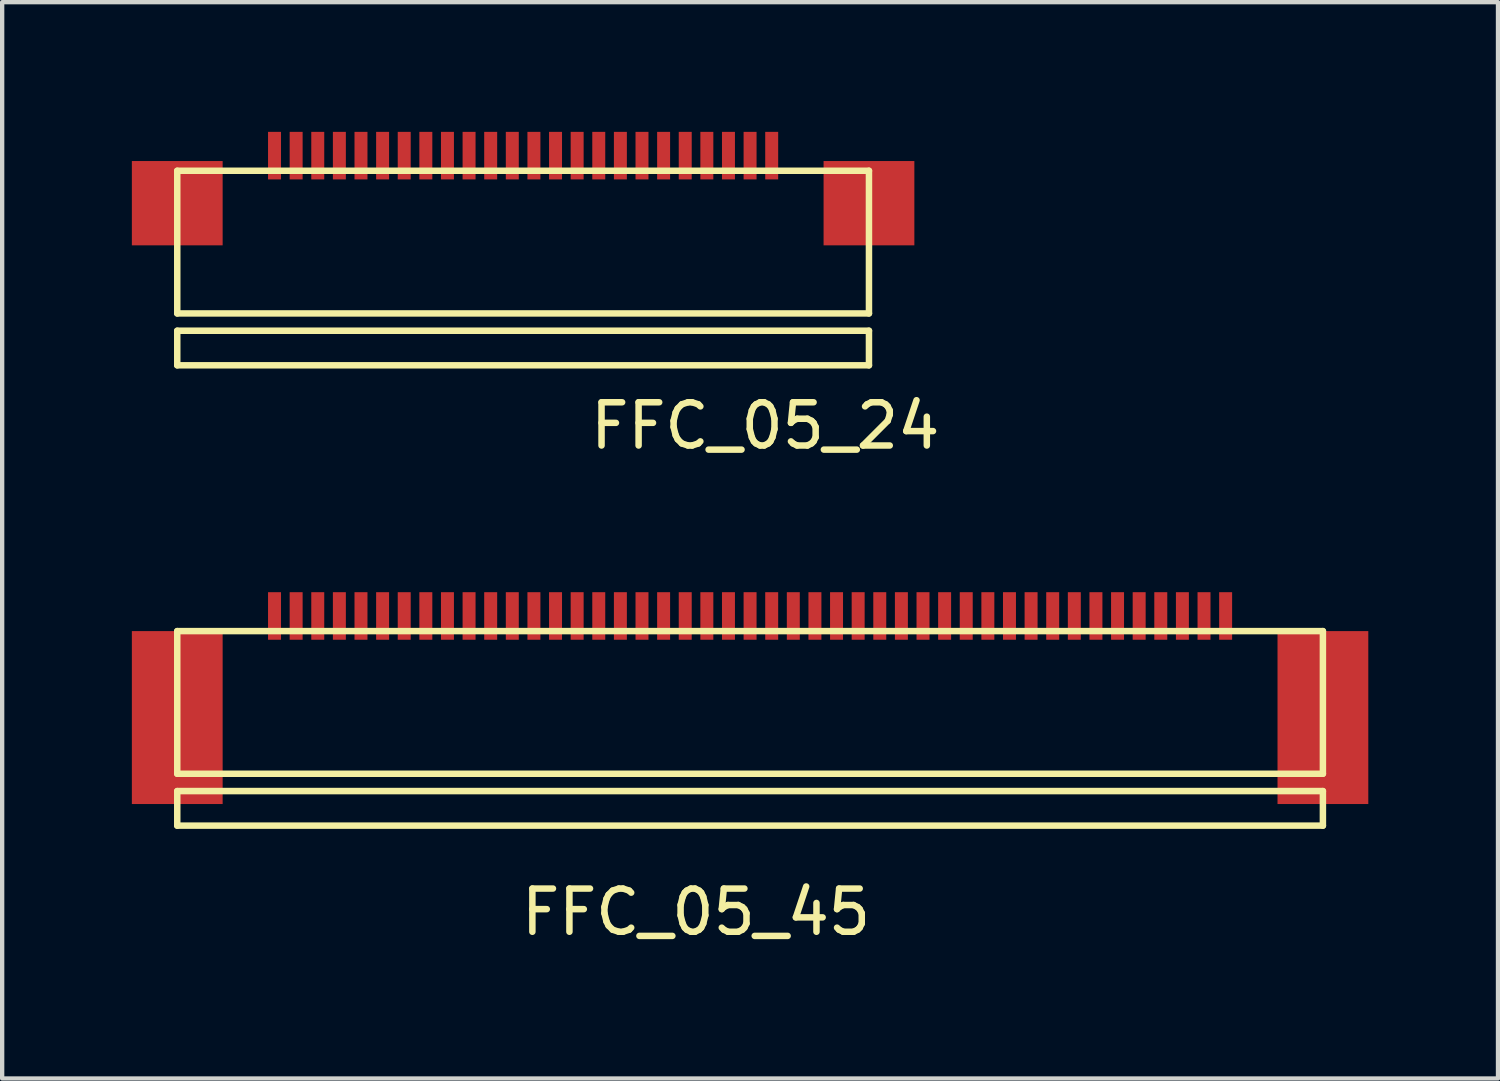
<source format=kicad_pcb>
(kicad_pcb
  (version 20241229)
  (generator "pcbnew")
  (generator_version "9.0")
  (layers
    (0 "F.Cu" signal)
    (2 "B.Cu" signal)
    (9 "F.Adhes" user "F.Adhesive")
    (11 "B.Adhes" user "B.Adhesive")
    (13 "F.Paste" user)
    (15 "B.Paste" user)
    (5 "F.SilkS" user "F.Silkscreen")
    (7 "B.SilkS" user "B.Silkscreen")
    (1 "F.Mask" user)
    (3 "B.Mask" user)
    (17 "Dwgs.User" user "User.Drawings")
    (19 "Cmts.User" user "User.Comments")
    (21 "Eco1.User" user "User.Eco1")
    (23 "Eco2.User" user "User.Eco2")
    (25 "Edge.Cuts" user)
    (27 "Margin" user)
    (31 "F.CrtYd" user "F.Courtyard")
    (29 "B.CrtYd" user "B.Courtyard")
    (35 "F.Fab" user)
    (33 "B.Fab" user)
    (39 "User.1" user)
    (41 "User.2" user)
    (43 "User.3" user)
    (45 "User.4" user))
  (footprint "FFC_05_24"
    (layer "F.Cu")
    (at 9.05 0.9)
    (property "Reference" "FFC_05_24" (at 5.6 5.9 0) (layer "F.SilkS") (effects (font (size 1 1) (thickness 0.15))))
    (attr through_hole)
    (fp_line (start -8 0) (end 8 0) (stroke (width 0.15) (type solid)) (layer "F.SilkS"))
    (fp_line (start -8 3.3) (end -8 0) (stroke (width 0.15) (type solid)) (layer "F.SilkS"))
    (fp_line (start -8 3.7) (end -8 4.5) (stroke (width 0.15) (type solid)) (layer "F.SilkS"))
    (fp_line (start -8 4.5) (end 8 4.5) (stroke (width 0.15) (type solid)) (layer "F.SilkS"))
    (fp_line (start 8 0) (end 8 3.3) (stroke (width 0.15) (type solid)) (layer "F.SilkS"))
    (fp_line (start 8 3.3) (end -8 3.3) (stroke (width 0.15) (type solid)) (layer "F.SilkS"))
    (fp_line (start 8 3.7) (end -8 3.7) (stroke (width 0.15) (type solid)) (layer "F.SilkS"))
    (fp_line (start 8 4.5) (end 8 3.7) (stroke (width 0.15) (type solid)) (layer "F.SilkS"))
    (pad "" smd rect (at -8 0.75) (size 2.1 1.95) (layers "F.Cu" "F.Mask" "F.Paste"))
    (pad "" smd rect (at 8 0.75) (size 2.1 1.95) (layers "F.Cu" "F.Mask" "F.Paste"))
    (pad "1" smd rect (at -5.75 -0.35) (size 0.3 1.1) (layers "F.Cu" "F.Mask" "F.Paste"))
    (pad "2" smd rect (at -5.25 -0.35) (size 0.3 1.1) (layers "F.Cu" "F.Mask" "F.Paste"))
    (pad "3" smd rect (at -4.75 -0.35) (size 0.3 1.1) (layers "F.Cu" "F.Mask" "F.Paste"))
    (pad "4" smd rect (at -4.25 -0.35) (size 0.3 1.1) (layers "F.Cu" "F.Mask" "F.Paste"))
    (pad "5" smd rect (at -3.75 -0.35) (size 0.3 1.1) (layers "F.Cu" "F.Mask" "F.Paste"))
    (pad "6" smd rect (at -3.25 -0.35) (size 0.3 1.1) (layers "F.Cu" "F.Mask" "F.Paste"))
    (pad "7" smd rect (at -2.75 -0.35) (size 0.3 1.1) (layers "F.Cu" "F.Mask" "F.Paste"))
    (pad "8" smd rect (at -2.25 -0.35) (size 0.3 1.1) (layers "F.Cu" "F.Mask" "F.Paste"))
    (pad "9" smd rect (at -1.75 -0.35) (size 0.3 1.1) (layers "F.Cu" "F.Mask" "F.Paste"))
    (pad "10" smd rect (at -1.25 -0.35) (size 0.3 1.1) (layers "F.Cu" "F.Mask" "F.Paste"))
    (pad "11" smd rect (at -0.75 -0.35) (size 0.3 1.1) (layers "F.Cu" "F.Mask" "F.Paste"))
    (pad "12" smd rect (at -0.25 -0.35) (size 0.3 1.1) (layers "F.Cu" "F.Mask" "F.Paste"))
    (pad "13" smd rect (at 0.25 -0.35) (size 0.3 1.1) (layers "F.Cu" "F.Mask" "F.Paste"))
    (pad "14" smd rect (at 0.75 -0.35) (size 0.3 1.1) (layers "F.Cu" "F.Mask" "F.Paste"))
    (pad "15" smd rect (at 1.25 -0.35) (size 0.3 1.1) (layers "F.Cu" "F.Mask" "F.Paste"))
    (pad "16" smd rect (at 1.75 -0.35) (size 0.3 1.1) (layers "F.Cu" "F.Mask" "F.Paste"))
    (pad "17" smd rect (at 2.25 -0.35) (size 0.3 1.1) (layers "F.Cu" "F.Mask" "F.Paste"))
    (pad "18" smd rect (at 2.75 -0.35) (size 0.3 1.1) (layers "F.Cu" "F.Mask" "F.Paste"))
    (pad "19" smd rect (at 3.25 -0.35) (size 0.3 1.1) (layers "F.Cu" "F.Mask" "F.Paste"))
    (pad "20" smd rect (at 3.75 -0.35) (size 0.3 1.1) (layers "F.Cu" "F.Mask" "F.Paste"))
    (pad "21" smd rect (at 4.25 -0.35) (size 0.3 1.1) (layers "F.Cu" "F.Mask" "F.Paste"))
    (pad "22" smd rect (at 4.75 -0.35) (size 0.3 1.1) (layers "F.Cu" "F.Mask" "F.Paste"))
    (pad "23" smd rect (at 5.25 -0.35) (size 0.3 1.1) (layers "F.Cu" "F.Mask" "F.Paste"))
    (pad "24" smd rect (at 5.75 -0.35) (size 0.3 1.1) (layers "F.Cu" "F.Mask" "F.Paste")))
  (footprint "FFC_05_45"
    (layer "F.Cu")
    (at 14.3 11.548)
    (property "Reference" "FFC_05_45" (at -1.25 6.5 0) (layer "F.SilkS") (effects (font (size 1 1) (thickness 0.15))))
    (attr through_hole)
    (fp_line (start -13.25 3.3) (end -13.25 0) (stroke (width 0.15) (type solid)) (layer "F.SilkS"))
    (fp_line (start -13.25 3.7) (end -13.25 4.5) (stroke (width 0.15) (type solid)) (layer "F.SilkS"))
    (fp_line (start -13.25 4.5) (end 13.25 4.5) (stroke (width 0.15) (type solid)) (layer "F.SilkS"))
    (fp_line (start 13.25 0) (end -13.25 0) (stroke (width 0.15) (type solid)) (layer "F.SilkS"))
    (fp_line (start 13.25 0) (end 13.25 3.3) (stroke (width 0.15) (type solid)) (layer "F.SilkS"))
    (fp_line (start 13.25 3.3) (end -13.25 3.3) (stroke (width 0.15) (type solid)) (layer "F.SilkS"))
    (fp_line (start 13.25 3.7) (end -13.25 3.7) (stroke (width 0.15) (type solid)) (layer "F.SilkS"))
    (fp_line (start 13.25 4.5) (end 13.25 3.7) (stroke (width 0.15) (type solid)) (layer "F.SilkS"))
    (pad "" smd rect (at -13.25 2) (size 2.1 4) (layers "F.Cu" "F.Mask" "F.Paste"))
    (pad "" smd rect (at 13.25 2) (size 2.1 4) (layers "F.Cu" "F.Mask" "F.Paste"))
    (pad "1" smd rect (at -11 -0.35) (size 0.3 1.1) (layers "F.Cu" "F.Mask" "F.Paste"))
    (pad "2" smd rect (at -10.5 -0.35) (size 0.3 1.1) (layers "F.Cu" "F.Mask" "F.Paste"))
    (pad "3" smd rect (at -10 -0.35) (size 0.3 1.1) (layers "F.Cu" "F.Mask" "F.Paste"))
    (pad "4" smd rect (at -9.5 -0.35) (size 0.3 1.1) (layers "F.Cu" "F.Mask" "F.Paste"))
    (pad "5" smd rect (at -9 -0.35) (size 0.3 1.1) (layers "F.Cu" "F.Mask" "F.Paste"))
    (pad "6" smd rect (at -8.5 -0.35) (size 0.3 1.1) (layers "F.Cu" "F.Mask" "F.Paste"))
    (pad "7" smd rect (at -8 -0.35) (size 0.3 1.1) (layers "F.Cu" "F.Mask" "F.Paste"))
    (pad "8" smd rect (at -7.5 -0.35) (size 0.3 1.1) (layers "F.Cu" "F.Mask" "F.Paste"))
    (pad "9" smd rect (at -7 -0.35) (size 0.3 1.1) (layers "F.Cu" "F.Mask" "F.Paste"))
    (pad "10" smd rect (at -6.5 -0.35) (size 0.3 1.1) (layers "F.Cu" "F.Mask" "F.Paste"))
    (pad "11" smd rect (at -6 -0.35) (size 0.3 1.1) (layers "F.Cu" "F.Mask" "F.Paste"))
    (pad "12" smd rect (at -5.5 -0.35) (size 0.3 1.1) (layers "F.Cu" "F.Mask" "F.Paste"))
    (pad "13" smd rect (at -5 -0.35) (size 0.3 1.1) (layers "F.Cu" "F.Mask" "F.Paste"))
    (pad "14" smd rect (at -4.5 -0.35) (size 0.3 1.1) (layers "F.Cu" "F.Mask" "F.Paste"))
    (pad "15" smd rect (at -4 -0.35) (size 0.3 1.1) (layers "F.Cu" "F.Mask" "F.Paste"))
    (pad "16" smd rect (at -3.5 -0.35) (size 0.3 1.1) (layers "F.Cu" "F.Mask" "F.Paste"))
    (pad "17" smd rect (at -3 -0.35) (size 0.3 1.1) (layers "F.Cu" "F.Mask" "F.Paste"))
    (pad "18" smd rect (at -2.5 -0.35) (size 0.3 1.1) (layers "F.Cu" "F.Mask" "F.Paste"))
    (pad "19" smd rect (at -2 -0.35) (size 0.3 1.1) (layers "F.Cu" "F.Mask" "F.Paste"))
    (pad "20" smd rect (at -1.5 -0.35) (size 0.3 1.1) (layers "F.Cu" "F.Mask" "F.Paste"))
    (pad "21" smd rect (at -1 -0.35) (size 0.3 1.1) (layers "F.Cu" "F.Mask" "F.Paste"))
    (pad "22" smd rect (at -0.5 -0.35) (size 0.3 1.1) (layers "F.Cu" "F.Mask" "F.Paste"))
    (pad "23" smd rect (at 0 -0.35) (size 0.3 1.1) (layers "F.Cu" "F.Mask" "F.Paste"))
    (pad "24" smd rect (at 0.5 -0.35) (size 0.3 1.1) (layers "F.Cu" "F.Mask" "F.Paste"))
    (pad "25" smd rect (at 1 -0.35) (size 0.3 1.1) (layers "F.Cu" "F.Mask" "F.Paste"))
    (pad "26" smd rect (at 1.5 -0.35) (size 0.3 1.1) (layers "F.Cu" "F.Mask" "F.Paste"))
    (pad "27" smd rect (at 2 -0.35) (size 0.3 1.1) (layers "F.Cu" "F.Mask" "F.Paste"))
    (pad "28" smd rect (at 2.5 -0.35) (size 0.3 1.1) (layers "F.Cu" "F.Mask" "F.Paste"))
    (pad "29" smd rect (at 3 -0.35) (size 0.3 1.1) (layers "F.Cu" "F.Mask" "F.Paste"))
    (pad "30" smd rect (at 3.5 -0.35) (size 0.3 1.1) (layers "F.Cu" "F.Mask" "F.Paste"))
    (pad "31" smd rect (at 4 -0.35) (size 0.3 1.1) (layers "F.Cu" "F.Mask" "F.Paste"))
    (pad "32" smd rect (at 4.5 -0.35) (size 0.3 1.1) (layers "F.Cu" "F.Mask" "F.Paste"))
    (pad "33" smd rect (at 5 -0.35) (size 0.3 1.1) (layers "F.Cu" "F.Mask" "F.Paste"))
    (pad "34" smd rect (at 5.5 -0.35) (size 0.3 1.1) (layers "F.Cu" "F.Mask" "F.Paste"))
    (pad "35" smd rect (at 6 -0.35) (size 0.3 1.1) (layers "F.Cu" "F.Mask" "F.Paste"))
    (pad "36" smd rect (at 6.5 -0.35) (size 0.3 1.1) (layers "F.Cu" "F.Mask" "F.Paste"))
    (pad "37" smd rect (at 7 -0.35) (size 0.3 1.1) (layers "F.Cu" "F.Mask" "F.Paste"))
    (pad "38" smd rect (at 7.5 -0.35) (size 0.3 1.1) (layers "F.Cu" "F.Mask" "F.Paste"))
    (pad "39" smd rect (at 8 -0.35) (size 0.3 1.1) (layers "F.Cu" "F.Mask" "F.Paste"))
    (pad "40" smd rect (at 8.5 -0.35) (size 0.3 1.1) (layers "F.Cu" "F.Mask" "F.Paste"))
    (pad "41" smd rect (at 9 -0.35) (size 0.3 1.1) (layers "F.Cu" "F.Mask" "F.Paste"))
    (pad "42" smd rect (at 9.5 -0.35) (size 0.3 1.1) (layers "F.Cu" "F.Mask" "F.Paste"))
    (pad "43" smd rect (at 10 -0.35) (size 0.3 1.1) (layers "F.Cu" "F.Mask" "F.Paste"))
    (pad "44" smd rect (at 10.5 -0.35) (size 0.3 1.1) (layers "F.Cu" "F.Mask" "F.Paste"))
    (pad "45" smd rect (at 11 -0.35) (size 0.3 1.1) (layers "F.Cu" "F.Mask" "F.Paste")))
  (gr_rect
    (start -3 -3)
    (end 31.6 21.896)
    (stroke (width 0.1) (type default))
    (fill no)
    (layer "Edge.Cuts")))
</source>
